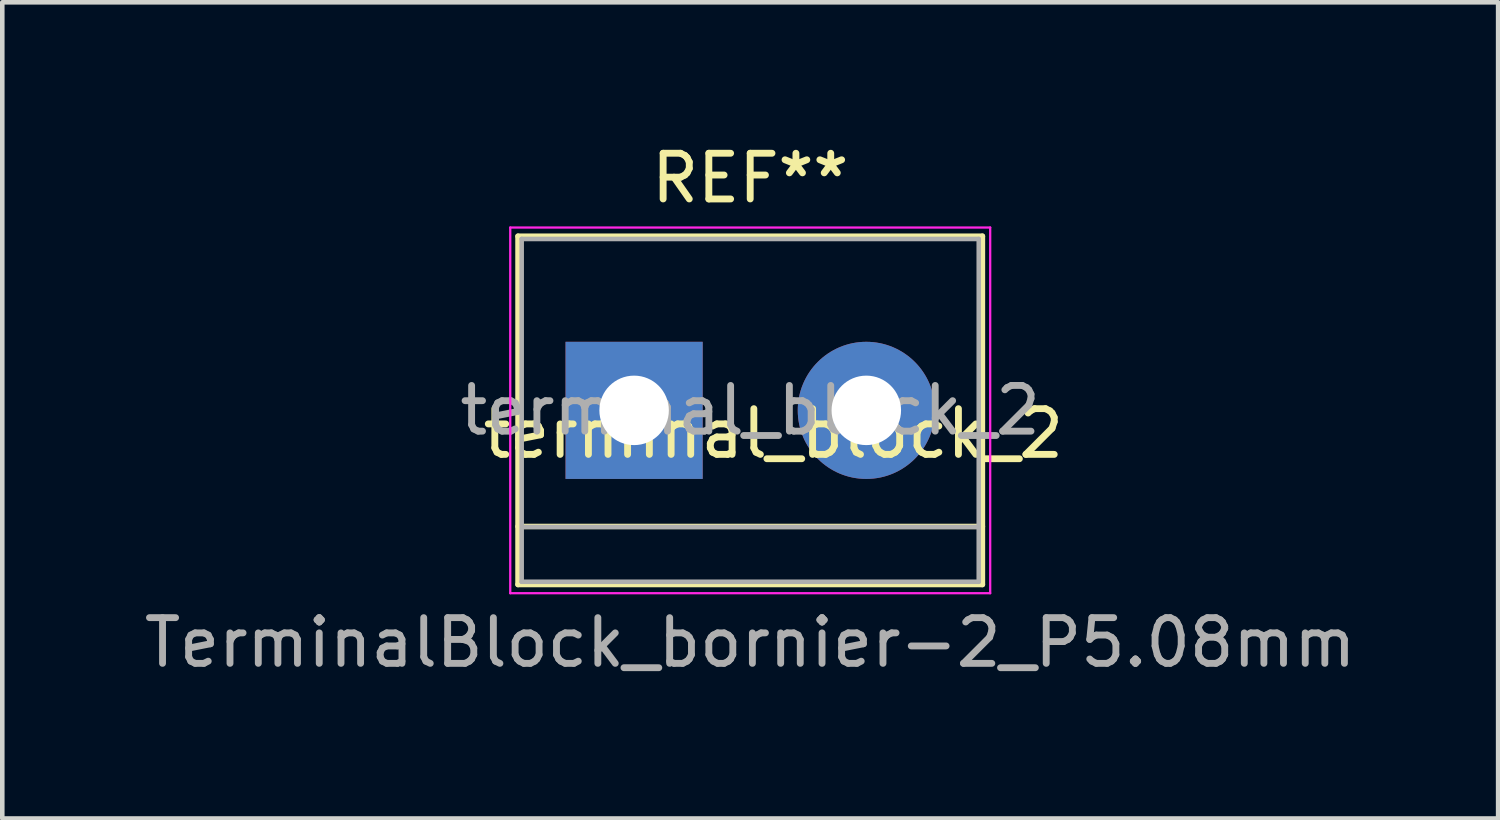
<source format=kicad_pcb>
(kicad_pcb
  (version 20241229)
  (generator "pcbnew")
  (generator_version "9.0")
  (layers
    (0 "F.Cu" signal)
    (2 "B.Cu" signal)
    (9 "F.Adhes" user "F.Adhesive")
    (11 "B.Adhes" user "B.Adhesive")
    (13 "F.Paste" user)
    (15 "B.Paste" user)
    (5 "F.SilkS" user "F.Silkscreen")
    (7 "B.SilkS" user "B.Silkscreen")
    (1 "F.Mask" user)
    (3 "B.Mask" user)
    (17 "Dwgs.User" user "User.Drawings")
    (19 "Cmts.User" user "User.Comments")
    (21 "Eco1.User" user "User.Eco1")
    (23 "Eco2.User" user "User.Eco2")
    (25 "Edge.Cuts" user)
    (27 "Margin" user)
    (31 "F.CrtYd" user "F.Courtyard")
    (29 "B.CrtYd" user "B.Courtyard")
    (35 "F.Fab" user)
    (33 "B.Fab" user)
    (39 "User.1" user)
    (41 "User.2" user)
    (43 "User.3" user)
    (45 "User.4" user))
  (footprint "terminal_block_2"
    (layer "F.Cu")
    (at 13.871 0.34)
    (property "Reference" "terminal_block_2" (at 0 6.096 0) (layer "F.SilkS") (effects (font (size 1 1) (thickness 0.15))))
    (attr through_hole)
    (fp_line (start -5.588 1.778) (end -5.588 9.398) (stroke (width 0.12) (type solid)) (layer "F.SilkS"))
    (fp_line (start -5.588 9.398) (end 4.572 9.398) (stroke (width 0.12) (type solid)) (layer "F.SilkS"))
    (fp_line (start 4.572 1.778) (end -5.588 1.778) (stroke (width 0.12) (type solid)) (layer "F.SilkS"))
    (fp_line (start 4.572 8.128) (end -5.588 8.128) (stroke (width 0.12) (type solid)) (layer "F.SilkS"))
    (fp_line (start 4.572 9.398) (end 4.572 1.778) (stroke (width 0.12) (type solid)) (layer "F.SilkS"))
    (fp_line (start -5.758 1.588) (end -5.758 9.588) (stroke (width 0.05) (type solid)) (layer "F.CrtYd"))
    (fp_line (start -5.758 1.588) (end 4.742 1.588) (stroke (width 0.05) (type solid)) (layer "F.CrtYd"))
    (fp_line (start 4.742 9.588) (end -5.758 9.588) (stroke (width 0.05) (type solid)) (layer "F.CrtYd"))
    (fp_line (start 4.742 9.588) (end 4.742 1.588) (stroke (width 0.05) (type solid)) (layer "F.CrtYd"))
    (fp_line (start -5.508 1.838) (end -5.508 9.338) (stroke (width 0.1) (type solid)) (layer "F.Fab"))
    (fp_line (start -5.508 9.338) (end 4.492 9.338) (stroke (width 0.1) (type solid)) (layer "F.Fab"))
    (fp_line (start -5.458 8.138) (end 4.442 8.138) (stroke (width 0.1) (type solid)) (layer "F.Fab"))
    (fp_line (start 4.492 1.838) (end -5.508 1.838) (stroke (width 0.1) (type solid)) (layer "F.Fab"))
    (fp_line (start 4.492 9.338) (end 4.492 1.838) (stroke (width 0.1) (type solid)) (layer "F.Fab"))
    (fp_text user "REF**" (at -0.508 0.508 0) (layer "F.SilkS") (effects (font (size 1 1) (thickness 0.15))))
    (fp_text user "${REFERENCE}" (at -0.508 5.588 0) (layer "F.Fab") (effects (font (size 1 1) (thickness 0.15))))
    (fp_text user "TerminalBlock_bornier-2_P5.08mm" (at -0.508 10.668 0) (layer "F.Fab") (effects (font (size 1 1) (thickness 0.15))))
    (pad "1" thru_hole rect (at -3.048 5.588) (size 3 3) (drill 1.52) (layers "*.Cu" "*.Mask"))
    (pad "2" thru_hole circle (at 2.032 5.588) (size 3 3) (drill 1.52) (layers "*.Cu" "*.Mask")))
  (gr_rect
    (start -3 -3)
    (end 29.726 14.857)
    (stroke (width 0.1) (type default))
    (fill no)
    (layer "Edge.Cuts")))
</source>
